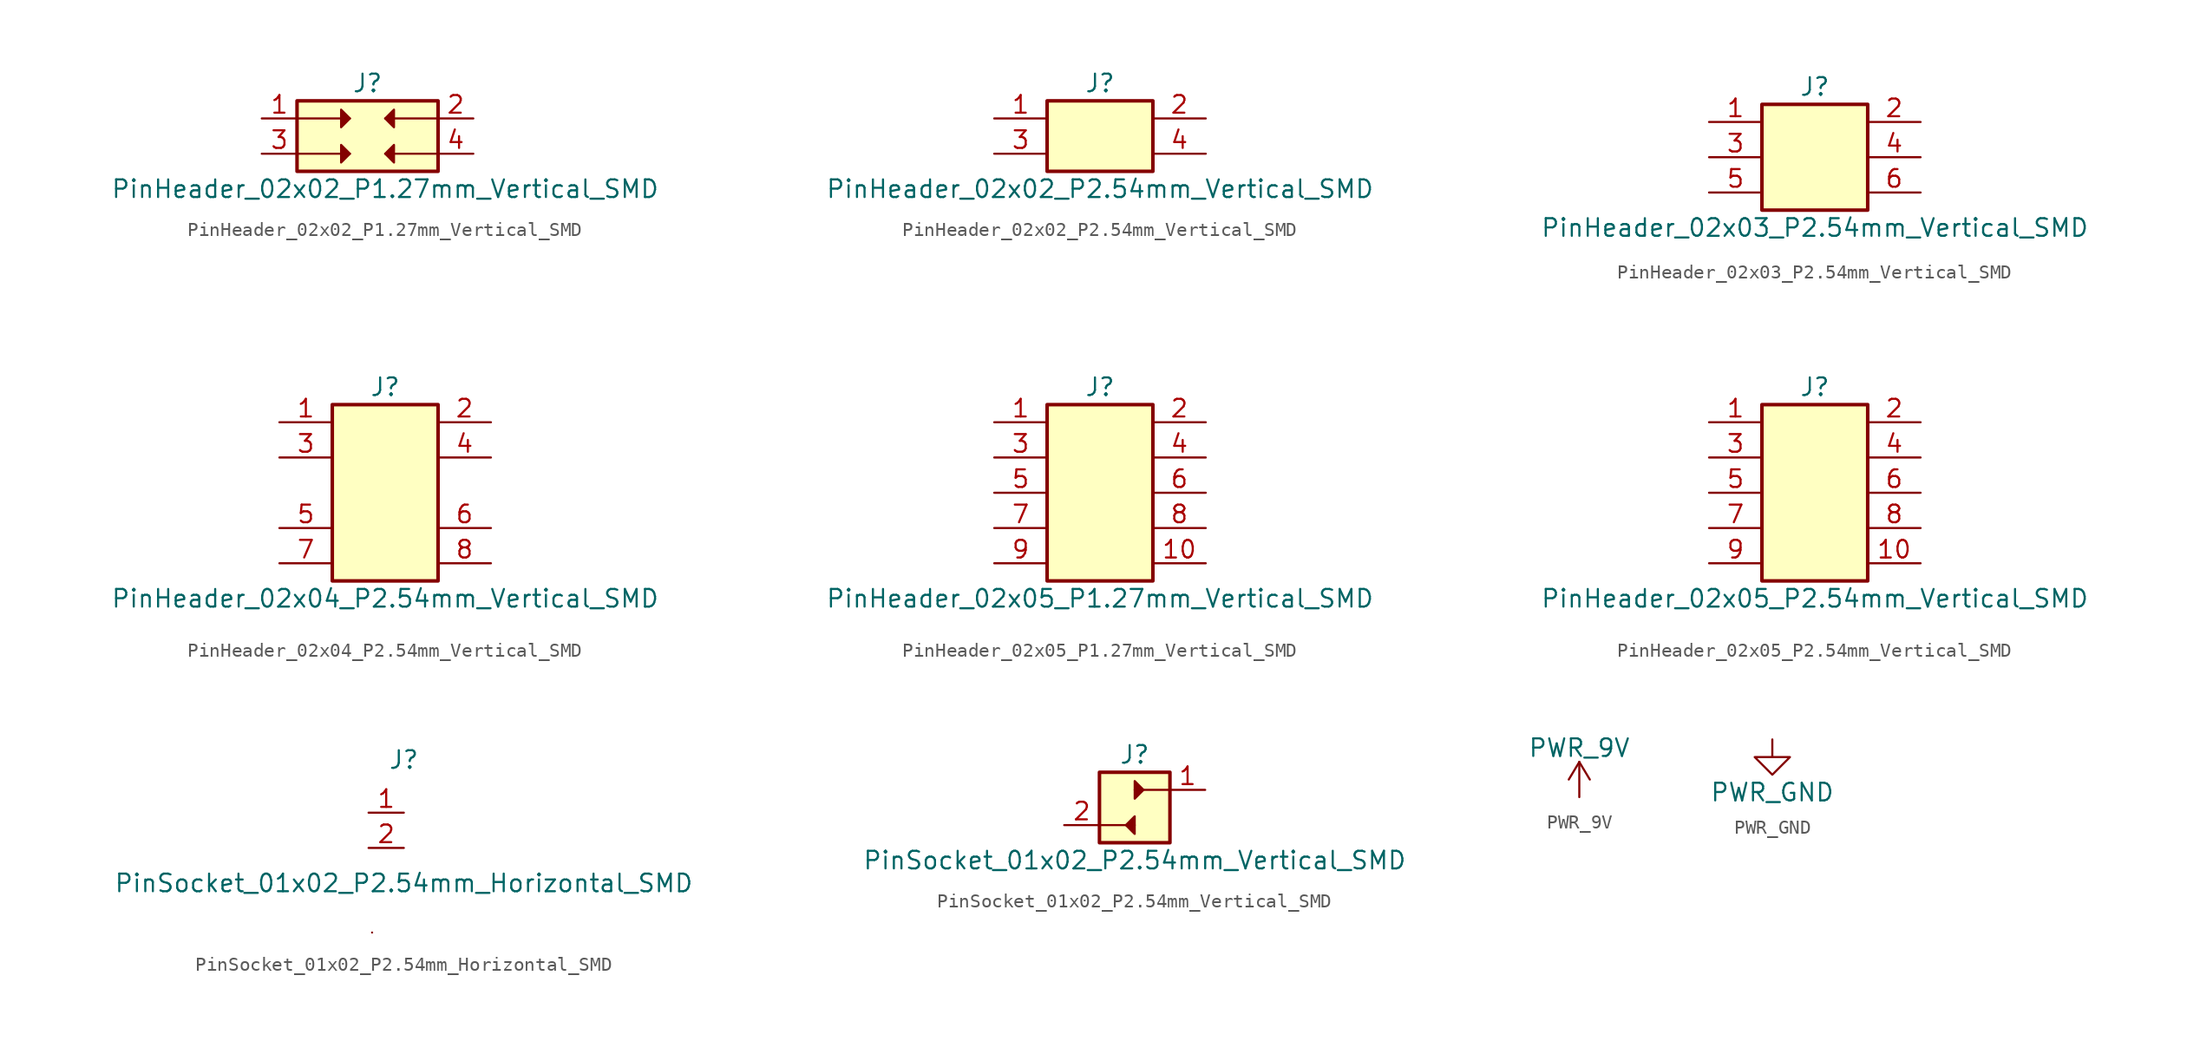
<source format=kicad_sym>
(kicad_symbol_lib
  (version 20231120)
  (generator "kicad_symbol_editor")
  (generator_version "8.0")
  (symbol "PinHeader_02x02_P1.27mm_Vertical_SMD"
    (pin_names hide)
    (property "Reference" "J"
      (at 0 3.81 0)
      (effects (font (size 1.27 1.27))))
    (property "Value" "PinHeader_02x02_P1.27mm_Vertical_SMD"
      (at 1.27 -3.81 0)
      (effects (font (size 1.27 1.27))))
    (symbol "PinHeader_02x02_P1.27mm_Vertical_SMD_0_1"
      (polyline (pts (xy -5.08 -1.27) (xy -1.27 -1.27)) (stroke (width 0) (type default)) (fill (type none)))
      (polyline (pts (xy -1.27 1.27) (xy -5.08 1.27)) (stroke (width 0) (type default)) (fill (type none)))
      (polyline (pts (xy 1.27 -1.27) (xy 5.08 -1.27)) (stroke (width 0) (type default)) (fill (type none)))
      (polyline (pts (xy 1.27 1.27) (xy 5.08 1.27)) (stroke (width 0) (type default)) (fill (type none)))
      (polyline (pts (xy -1.905 -0.635) (xy -1.27 -1.27) (xy -1.905 -1.905) (xy -1.905 -0.635)) (stroke (width 0) (type default)) (fill (type outline)))
      (polyline (pts (xy -1.905 1.905) (xy -1.27 1.27) (xy -1.905 0.635) (xy -1.905 1.905)) (stroke (width 0) (type default)) (fill (type outline)))
      (polyline (pts (xy 1.905 -0.635) (xy 1.27 -1.27) (xy 1.905 -1.905) (xy 1.905 -0.635)) (stroke (width 0) (type default)) (fill (type outline)))
      (polyline (pts (xy 1.905 1.905) (xy 1.27 1.27) (xy 1.905 0.635) (xy 1.905 1.905)) (stroke (width 0) (type default)) (fill (type outline))))
    (symbol "PinHeader_02x02_P1.27mm_Vertical_SMD_1_1"
      (rectangle (start -5.08 2.54) (end 5.08 -2.54) (stroke (width 0.254) (type default)) (fill (type background)))
      (pin passive line (at -7.62 1.27 0) (length 2.54) (name "Pin_1" (effects (font (size 1.27 1.27)))) (number "1" (effects (font (size 1.27 1.27)))))
      (pin passive line (at 7.62 1.27 180) (length 2.54) (name "Pin_2" (effects (font (size 1.27 1.27)))) (number "2" (effects (font (size 1.27 1.27)))))
      (pin passive line (at -7.62 -1.27 0) (length 2.54) (name "Pin_3" (effects (font (size 1.27 1.27)))) (number "3" (effects (font (size 1.27 1.27)))))
      (pin passive line (at 7.62 -1.27 180) (length 2.54) (name "Pin_4" (effects (font (size 1.27 1.27)))) (number "4" (effects (font (size 1.27 1.27)))))))
  (symbol "PinHeader_02x02_P2.54mm_Vertical_SMD"
    (pin_names hide)
    (property "Reference" "J"
      (at 0 3.81 0)
      (effects (font (size 1.27 1.27))))
    (property "Value" "PinHeader_02x02_P2.54mm_Vertical_SMD"
      (at 0 -3.81 0)
      (effects (font (size 1.27 1.27))))
    (symbol "PinHeader_02x02_P2.54mm_Vertical_SMD_1_1"
      (rectangle (start -3.81 2.54) (end 3.81 -2.54) (stroke (width 0.254) (type default)) (fill (type background)))
      (pin passive line (at -7.62 1.27 0) (length 3.81) (name "Pin_1" (effects (font (size 1.27 1.27)))) (number "1" (effects (font (size 1.27 1.27)))))
      (pin passive line (at 7.62 1.27 180) (length 3.81) (name "Pin_2" (effects (font (size 1.27 1.27)))) (number "2" (effects (font (size 1.27 1.27)))))
      (pin passive line (at -7.62 -1.27 0) (length 3.81) (name "Pin_3" (effects (font (size 1.27 1.27)))) (number "3" (effects (font (size 1.27 1.27)))))
      (pin passive line (at 7.62 -1.27 180) (length 3.81) (name "Pin_4" (effects (font (size 1.27 1.27)))) (number "4" (effects (font (size 1.27 1.27)))))))
  (symbol "PinHeader_02x03_P2.54mm_Vertical_SMD"
    (pin_names hide)
    (property "Reference" "J"
      (at 0 5.08 0)
      (effects (font (size 1.27 1.27))))
    (property "Value" "PinHeader_02x03_P2.54mm_Vertical_SMD"
      (at 0 -5.08 0)
      (effects (font (size 1.27 1.27))))
    (symbol "PinHeader_02x03_P2.54mm_Vertical_SMD_1_1"
      (rectangle (start -3.81 3.81) (end 3.81 -3.81) (stroke (width 0.254) (type default)) (fill (type background)))
      (pin passive line (at -7.62 2.54 0) (length 3.81) (name "Pin_1" (effects (font (size 1.27 1.27)))) (number "1" (effects (font (size 1.27 1.27)))))
      (pin passive line (at 7.62 2.54 180) (length 3.81) (name "Pin_2" (effects (font (size 1.27 1.27)))) (number "2" (effects (font (size 1.27 1.27)))))
      (pin passive line (at -7.62 0 0) (length 3.81) (name "Pin_3" (effects (font (size 1.27 1.27)))) (number "3" (effects (font (size 1.27 1.27)))))
      (pin passive line (at 7.62 0 180) (length 3.81) (name "Pin_4" (effects (font (size 1.27 1.27)))) (number "4" (effects (font (size 1.27 1.27)))))
      (pin passive line (at -7.62 -2.54 0) (length 3.81) (name "Pin_5" (effects (font (size 1.27 1.27)))) (number "5" (effects (font (size 1.27 1.27)))))
      (pin passive line (at 7.62 -2.54 180) (length 3.81) (name "Pin_6" (effects (font (size 1.27 1.27)))) (number "6" (effects (font (size 1.27 1.27)))))))
  (symbol "PinHeader_02x04_P2.54mm_Vertical_SMD"
    (pin_names hide)
    (property "Reference" "J"
      (at 0 7.62 0)
      (effects (font (size 1.27 1.27))))
    (property "Value" "PinHeader_02x04_P2.54mm_Vertical_SMD"
      (at 0 -7.62 0)
      (effects (font (size 1.27 1.27))))
    (symbol "PinHeader_02x04_P2.54mm_Vertical_SMD_1_1"
      (rectangle (start -3.81 6.35) (end 3.81 -6.35) (stroke (width 0.254) (type default)) (fill (type background)))
      (pin passive line (at -7.62 5.08 0) (length 3.81) (name "Pin_1" (effects (font (size 1.27 1.27)))) (number "1" (effects (font (size 1.27 1.27)))))
      (pin passive line (at 7.62 5.08 180) (length 3.81) (name "Pin_2" (effects (font (size 1.27 1.27)))) (number "2" (effects (font (size 1.27 1.27)))))
      (pin passive line (at -7.62 2.54 0) (length 3.81) (name "Pin_3" (effects (font (size 1.27 1.27)))) (number "3" (effects (font (size 1.27 1.27)))))
      (pin passive line (at 7.62 2.54 180) (length 3.81) (name "Pin_4" (effects (font (size 1.27 1.27)))) (number "4" (effects (font (size 1.27 1.27)))))
      (pin passive line (at -7.62 -2.54 0) (length 3.81) (name "Pin_5" (effects (font (size 1.27 1.27)))) (number "5" (effects (font (size 1.27 1.27)))))
      (pin passive line (at 7.62 -2.54 180) (length 3.81) (name "Pin_6" (effects (font (size 1.27 1.27)))) (number "6" (effects (font (size 1.27 1.27)))))
      (pin passive line (at -7.62 -5.08 0) (length 3.81) (name "Pin_7" (effects (font (size 1.27 1.27)))) (number "7" (effects (font (size 1.27 1.27)))))
      (pin passive line (at 7.62 -5.08 180) (length 3.81) (name "Pin_8" (effects (font (size 1.27 1.27)))) (number "8" (effects (font (size 1.27 1.27)))))))
  (symbol "PinHeader_02x05_P1.27mm_Vertical_SMD"
    (pin_names hide)
    (property "Reference" "J"
      (at 0 7.62 0)
      (effects (font (size 1.27 1.27))))
    (property "Value" "PinHeader_02x05_P1.27mm_Vertical_SMD"
      (at 0 -7.62 0)
      (effects (font (size 1.27 1.27))))
    (symbol "PinHeader_02x05_P1.27mm_Vertical_SMD_1_1"
      (rectangle (start -3.81 6.35) (end 3.81 -6.35) (stroke (width 0.254) (type default)) (fill (type background)))
      (pin passive line (at -7.62 5.08 0) (length 3.81) (name "Pin_1" (effects (font (size 1.27 1.27)))) (number "1" (effects (font (size 1.27 1.27)))))
      (pin passive line (at 7.62 -5.08 180) (length 3.81) (name "Pin_10" (effects (font (size 1.27 1.27)))) (number "10" (effects (font (size 1.27 1.27)))))
      (pin passive line (at 7.62 5.08 180) (length 3.81) (name "Pin_2" (effects (font (size 1.27 1.27)))) (number "2" (effects (font (size 1.27 1.27)))))
      (pin passive line (at -7.62 2.54 0) (length 3.81) (name "Pin_3" (effects (font (size 1.27 1.27)))) (number "3" (effects (font (size 1.27 1.27)))))
      (pin passive line (at 7.62 2.54 180) (length 3.81) (name "Pin_4" (effects (font (size 1.27 1.27)))) (number "4" (effects (font (size 1.27 1.27)))))
      (pin passive line (at -7.62 0 0) (length 3.81) (name "Pin_5" (effects (font (size 1.27 1.27)))) (number "5" (effects (font (size 1.27 1.27)))))
      (pin passive line (at 7.62 0 180) (length 3.81) (name "Pin_6" (effects (font (size 1.27 1.27)))) (number "6" (effects (font (size 1.27 1.27)))))
      (pin passive line (at -7.62 -2.54 0) (length 3.81) (name "Pin_7" (effects (font (size 1.27 1.27)))) (number "7" (effects (font (size 1.27 1.27)))))
      (pin passive line (at 7.62 -2.54 180) (length 3.81) (name "Pin_8" (effects (font (size 1.27 1.27)))) (number "8" (effects (font (size 1.27 1.27)))))
      (pin passive line (at -7.62 -5.08 0) (length 3.81) (name "Pin_9" (effects (font (size 1.27 1.27)))) (number "9" (effects (font (size 1.27 1.27)))))))
  (symbol "PinHeader_02x05_P2.54mm_Vertical_SMD"
    (pin_names hide)
    (property "Reference" "J"
      (at 0 7.62 0)
      (effects (font (size 1.27 1.27))))
    (property "Value" "PinHeader_02x05_P2.54mm_Vertical_SMD"
      (at 0 -7.62 0)
      (effects (font (size 1.27 1.27))))
    (symbol "PinHeader_02x05_P2.54mm_Vertical_SMD_1_1"
      (rectangle (start -3.81 6.35) (end 3.81 -6.35) (stroke (width 0.254) (type default)) (fill (type background)))
      (pin passive line (at -7.62 5.08 0) (length 3.81) (name "Pin_1" (effects (font (size 1.27 1.27)))) (number "1" (effects (font (size 1.27 1.27)))))
      (pin passive line (at 7.62 -5.08 180) (length 3.81) (name "Pin_10" (effects (font (size 1.27 1.27)))) (number "10" (effects (font (size 1.27 1.27)))))
      (pin passive line (at 7.62 5.08 180) (length 3.81) (name "Pin_2" (effects (font (size 1.27 1.27)))) (number "2" (effects (font (size 1.27 1.27)))))
      (pin passive line (at -7.62 2.54 0) (length 3.81) (name "Pin_3" (effects (font (size 1.27 1.27)))) (number "3" (effects (font (size 1.27 1.27)))))
      (pin passive line (at 7.62 2.54 180) (length 3.81) (name "Pin_4" (effects (font (size 1.27 1.27)))) (number "4" (effects (font (size 1.27 1.27)))))
      (pin passive line (at -7.62 0 0) (length 3.81) (name "Pin_5" (effects (font (size 1.27 1.27)))) (number "5" (effects (font (size 1.27 1.27)))))
      (pin passive line (at 7.62 0 180) (length 3.81) (name "Pin_6" (effects (font (size 1.27 1.27)))) (number "6" (effects (font (size 1.27 1.27)))))
      (pin passive line (at -7.62 -2.54 0) (length 3.81) (name "Pin_7" (effects (font (size 1.27 1.27)))) (number "7" (effects (font (size 1.27 1.27)))))
      (pin passive line (at 7.62 -2.54 180) (length 3.81) (name "Pin_8" (effects (font (size 1.27 1.27)))) (number "8" (effects (font (size 1.27 1.27)))))
      (pin passive line (at -7.62 -5.08 0) (length 3.81) (name "Pin_9" (effects (font (size 1.27 1.27)))) (number "9" (effects (font (size 1.27 1.27)))))))
  (symbol "PinSocket_01x02_P2.54mm_Horizontal_SMD"
    (property "Reference" "J"
      (at 0 5.08 0)
      (effects (font (size 1.27 1.27))))
    (property "Value" "PinSocket_01x02_P2.54mm_Horizontal_SMD"
      (at 0 -3.81 0)
      (effects (font (size 1.27 1.27))))
    (symbol "PinSocket_01x02_P2.54mm_Horizontal_SMD_0_0"
      (polyline (pts (xy -2.286 -7.366) (xy -2.286 -7.366)) (stroke (width 0) (type default)) (fill (type none))))
    (symbol "PinSocket_01x02_P2.54mm_Horizontal_SMD_1_1"
      (pin passive line (at -2.54 1.27 0) (length 2.54) (name "" (effects (font (size 1.27 1.27)))) (number "1" (effects (font (size 1.27 1.27)))))
      (pin passive line (at -2.54 -1.27 0) (length 2.54) (name "" (effects (font (size 1.27 1.27)))) (number "2" (effects (font (size 1.27 1.27)))))))
  (symbol "PinSocket_01x02_P2.54mm_Vertical_SMD"
    (pin_names hide)
    (property "Reference" "J"
      (at 0 3.81 0)
      (effects (font (size 1.27 1.27))))
    (property "Value" "PinSocket_01x02_P2.54mm_Vertical_SMD"
      (at 0 -3.81 0)
      (effects (font (size 1.27 1.27))))
    (symbol "PinSocket_01x02_P2.54mm_Vertical_SMD_0_0"
      (rectangle (start -2.54 2.54) (end 2.54 -2.54) (stroke (width 0.254) (type default)) (fill (type background)))
      (polyline (pts (xy 0 -1.27) (xy -2.54 -1.27)) (stroke (width 0) (type default)) (fill (type none)))
      (polyline (pts (xy 2.54 1.27) (xy 0 1.27)) (stroke (width 0) (type default)) (fill (type none)))
      (polyline (pts (xy 0 -1.905) (xy -0.635 -1.27) (xy 0 -0.635) (xy 0 -1.905)) (stroke (width 0) (type default)) (fill (type outline)))
      (polyline (pts (xy 0 0.635) (xy 0.635 1.27) (xy 0 1.905) (xy 0 0.635)) (stroke (width 0) (type default)) (fill (type outline))))
    (symbol "PinSocket_01x02_P2.54mm_Vertical_SMD_1_1"
      (pin passive line (at 5.08 1.27 180) (length 2.54) (name "Pin_1" (effects (font (size 1.27 1.27)))) (number "1" (effects (font (size 1.27 1.27)))))
      (pin passive line (at -5.08 -1.27 0) (length 2.54) (name "Pin_2" (effects (font (size 1.27 1.27)))) (number "2" (effects (font (size 1.27 1.27)))))))
  (symbol "PWR_9V"
    (power)
    (pin_names
      (offset 0))
    (property "Reference" "#PWR"
      (at 0 -3.81 0)
      (effects (font (size 1.27 1.27)) (hide yes)))
    (property "Value" "PWR_9V"
      (at 0 3.556 0)
      (effects (font (size 1.27 1.27))))
    (symbol "PWR_9V_0_1"
      (polyline (pts (xy -0.762 1.27) (xy 0 2.54)) (stroke (width 0) (type default)) (fill (type none)))
      (polyline (pts (xy 0 0) (xy 0 2.54)) (stroke (width 0) (type default)) (fill (type none)))
      (polyline (pts (xy 0 2.54) (xy 0.762 1.27)) (stroke (width 0) (type default)) (fill (type none))))
    (symbol "PWR_9V_1_1"
      (pin power_in line (at 0 0 90) (length 0) hide (name "PWR_9V" (effects (font (size 1.27 1.27)))) (number "1" (effects (font (size 1.27 1.27)))))))
  (symbol "PWR_GND"
    (power)
    (pin_names
      (offset 0))
    (property "Reference" "#PWR"
      (at 0 -6.35 0)
      (effects (font (size 1.27 1.27)) (hide yes)))
    (property "Value" "PWR_GND"
      (at 0 -3.81 0)
      (effects (font (size 1.27 1.27))))
    (symbol "PWR_GND_0_1"
      (polyline (pts (xy 0 0) (xy 0 -1.27) (xy 1.27 -1.27) (xy 0 -2.54) (xy -1.27 -1.27) (xy 0 -1.27)) (stroke (width 0) (type default)) (fill (type none))))
    (symbol "PWR_GND_1_1"
      (pin power_in line (at 0 0 270) (length 0) hide (name "PWR_GND" (effects (font (size 1.27 1.27)))) (number "1" (effects (font (size 1.27 1.27))))))))
</source>
